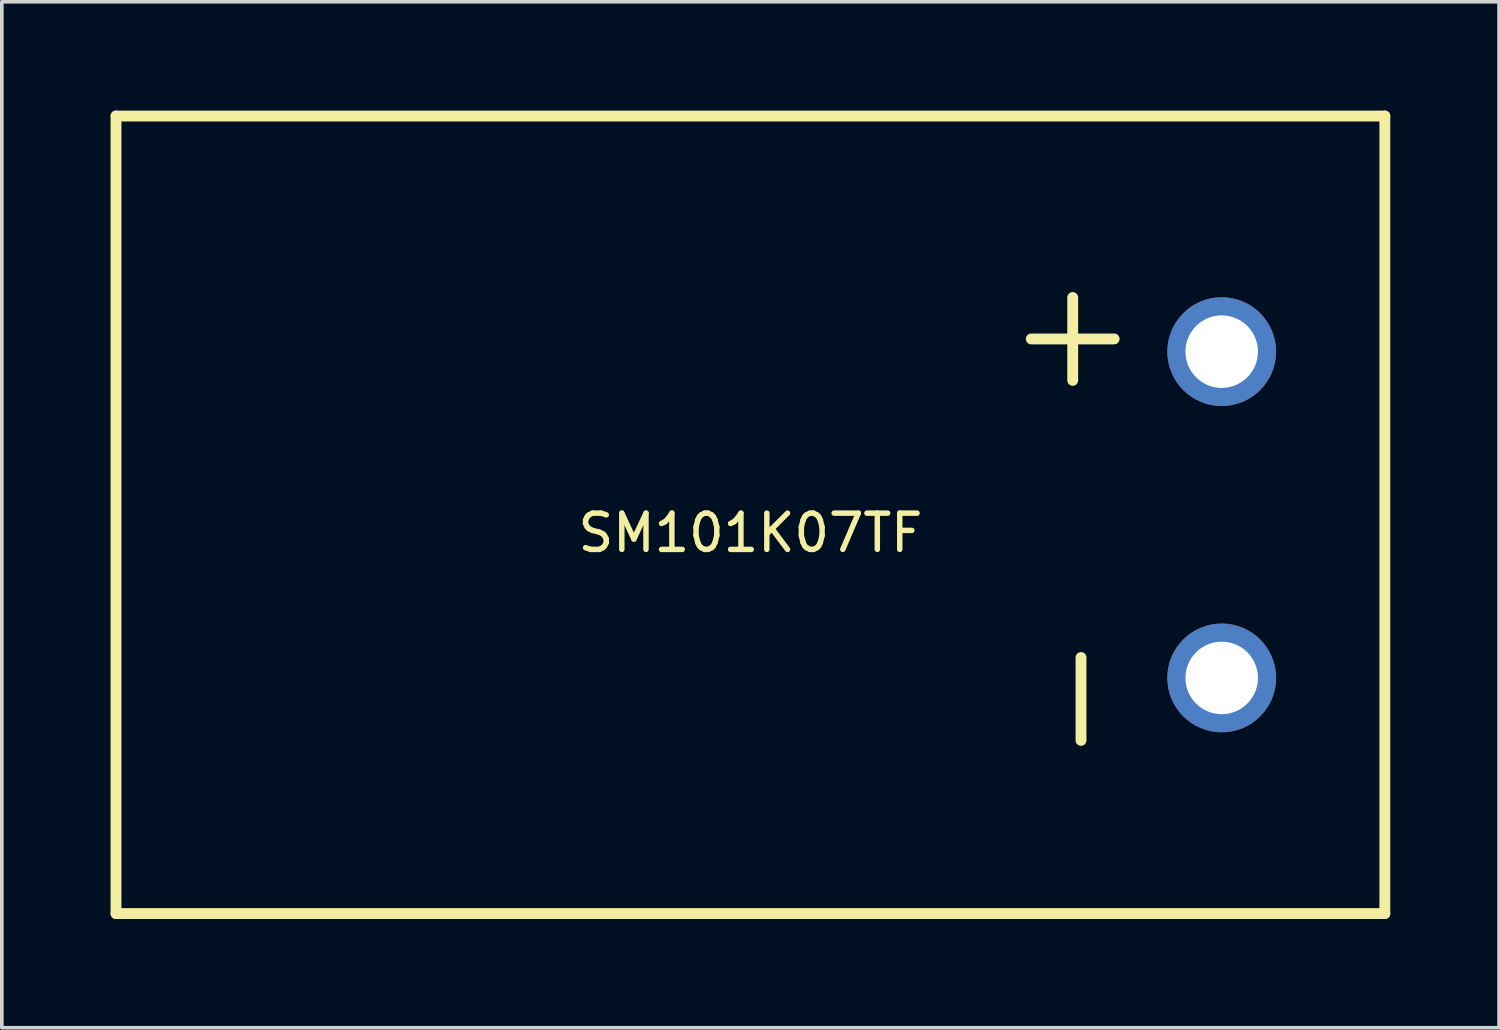
<source format=kicad_pcb>
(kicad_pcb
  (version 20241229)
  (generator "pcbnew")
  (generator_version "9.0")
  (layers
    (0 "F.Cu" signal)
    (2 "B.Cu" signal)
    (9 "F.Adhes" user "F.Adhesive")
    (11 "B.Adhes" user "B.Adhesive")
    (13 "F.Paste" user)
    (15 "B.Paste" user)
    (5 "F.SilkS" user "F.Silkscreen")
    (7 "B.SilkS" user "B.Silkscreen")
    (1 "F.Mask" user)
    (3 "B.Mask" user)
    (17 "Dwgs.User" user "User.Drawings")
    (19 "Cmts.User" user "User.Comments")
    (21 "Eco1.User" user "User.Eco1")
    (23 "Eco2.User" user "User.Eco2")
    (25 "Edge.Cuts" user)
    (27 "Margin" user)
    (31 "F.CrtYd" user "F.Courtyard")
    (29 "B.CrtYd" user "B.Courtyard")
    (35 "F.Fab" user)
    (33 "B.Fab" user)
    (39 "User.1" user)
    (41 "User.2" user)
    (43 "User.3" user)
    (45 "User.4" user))
  (footprint "SM101K07TF"
    (layer "F.Cu")
    (at 17.65 11.15)
    (property "Reference" "SM101K07TF" (at 0 0.5 0) (layer "F.SilkS") (effects (font (size 1 1) (thickness 0.15))))
    (attr through_hole)
    (fp_line (start -17.5 -11) (end 17.5 -11) (stroke (width 0.3) (type solid)) (layer "F.SilkS"))
    (fp_line (start -17.5 11) (end -17.5 -11) (stroke (width 0.3) (type solid)) (layer "F.SilkS"))
    (fp_line (start 17.5 -11) (end 17.5 11) (stroke (width 0.3) (type solid)) (layer "F.SilkS"))
    (fp_line (start 17.5 11) (end -17.5 11) (stroke (width 0.3) (type solid)) (layer "F.SilkS"))
    (fp_text user "-" (at 8.89 5.08 90) (layer "F.SilkS") (effects (font (size 3 3) (thickness 0.3))))
    (fp_text user "+" (at 8.89 -5.08 0) (layer "F.SilkS") (effects (font (size 3 3) (thickness 0.3))))
    (pad "1" thru_hole circle (at 13 -4.5) (size 3 3) (drill 2) (layers "*.Cu" "*.Mask"))
    (pad "2" thru_hole circle (at 13 4.5) (size 3 3) (drill 2) (layers "*.Cu" "*.Mask")))
  (gr_rect
    (start -3 -3)
    (end 38.3 25.3)
    (stroke (width 0.1) (type default))
    (fill no)
    (layer "Edge.Cuts")))
</source>
